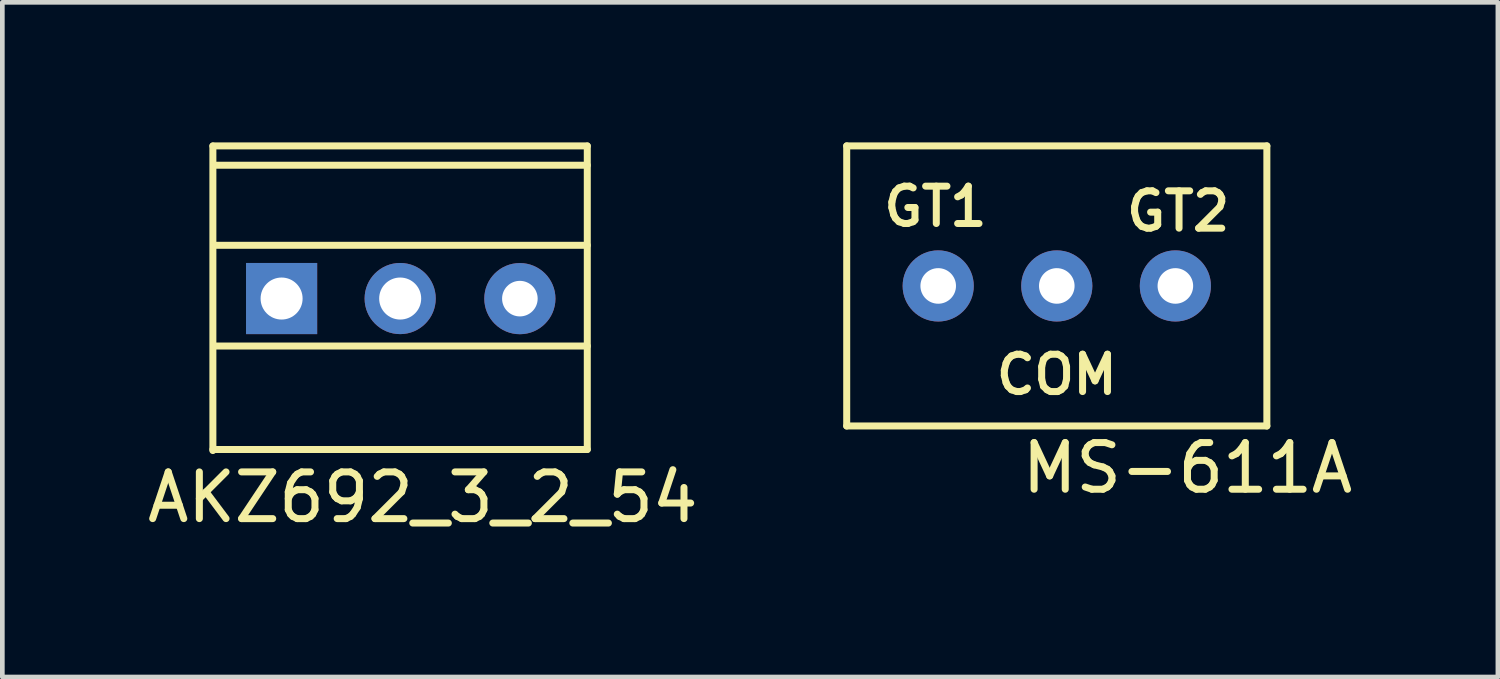
<source format=kicad_pcb>
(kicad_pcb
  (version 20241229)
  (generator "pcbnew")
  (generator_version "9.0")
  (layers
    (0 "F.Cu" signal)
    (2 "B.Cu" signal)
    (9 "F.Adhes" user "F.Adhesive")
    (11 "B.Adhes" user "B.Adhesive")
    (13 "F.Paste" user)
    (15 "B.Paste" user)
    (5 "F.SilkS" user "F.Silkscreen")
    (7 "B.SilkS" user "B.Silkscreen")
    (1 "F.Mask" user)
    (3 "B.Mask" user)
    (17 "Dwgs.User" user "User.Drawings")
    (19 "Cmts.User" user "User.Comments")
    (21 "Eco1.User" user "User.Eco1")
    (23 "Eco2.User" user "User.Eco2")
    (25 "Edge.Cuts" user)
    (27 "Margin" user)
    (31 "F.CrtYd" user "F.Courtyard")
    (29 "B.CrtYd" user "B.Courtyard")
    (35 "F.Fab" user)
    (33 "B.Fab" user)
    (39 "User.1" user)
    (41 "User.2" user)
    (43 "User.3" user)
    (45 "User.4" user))
  (footprint "AKZ692_3_2_54"
    (layer "F.Cu")
    (at 3.006 3.347)
    (property "Reference" "AKZ692_3_2_54" (at 3 4.257 0) (layer "F.SilkS") (effects (font (size 1 1) (thickness 0.15))))
    (attr through_hole)
    (fp_line (start -1.496 -3.272) (end 6.524 -3.272) (stroke (width 0.15) (type solid)) (layer "F.SilkS"))
    (fp_line (start -1.496 3.231) (end 6.524 3.231) (stroke (width 0.15) (type solid)) (layer "F.SilkS"))
    (fp_line (start -1.496 3.254) (end -1.496 -3.269) (stroke (width 0.15) (type solid)) (layer "F.SilkS"))
    (fp_line (start -1.46 -2.857) (end 6.524 -2.857) (stroke (width 0.15) (type solid)) (layer "F.SilkS"))
    (fp_line (start -1.46 -1.143) (end 6.524 -1.143) (stroke (width 0.15) (type solid)) (layer "F.SilkS"))
    (fp_line (start -1.46 1.016) (end 6.524 1.016) (stroke (width 0.15) (type solid)) (layer "F.SilkS"))
    (fp_line (start 6.524 3.231) (end 6.524 -3.269) (stroke (width 0.15) (type solid)) (layer "F.SilkS"))
    (pad "1" thru_hole rect (at -0.024 -0.002) (size 1.524 1.524) (drill 0.9) (layers "*.Cu" "*.Mask"))
    (pad "2" thru_hole circle (at 2.516 -0.002) (size 1.524 1.524) (drill 0.9) (layers "*.Cu" "*.Mask"))
    (pad "3" thru_hole circle (at 5.08 0) (size 1.524 1.524) (drill 0.762) (layers "*.Cu" "*.Mask")))
  (footprint "MS-611A"
    (layer "F.Cu")
    (at 19.587 3.075)
    (property "Reference" "MS-611A" (at 2.8 3.9 0) (layer "F.SilkS") (effects (font (size 1 1) (thickness 0.15))))
    (attr through_hole)
    (fp_line (start -4.5 -3) (end 4.5 -3) (stroke (width 0.15) (type solid)) (layer "F.SilkS"))
    (fp_line (start -4.5 3) (end -4.5 -3) (stroke (width 0.15) (type solid)) (layer "F.SilkS"))
    (fp_line (start -4.5 3) (end 4.5 3) (stroke (width 0.15) (type solid)) (layer "F.SilkS"))
    (fp_line (start 4.5 3) (end 4.5 -3) (stroke (width 0.15) (type solid)) (layer "F.SilkS"))
    (fp_text user "GT1" (at -2.6 -1.7 0) (layer "F.SilkS") (effects (font (size 0.8 0.8) (thickness 0.15))))
    (fp_text user "GT2" (at 2.6 -1.6 0) (layer "F.SilkS") (effects (font (size 0.8 0.8) (thickness 0.15))))
    (fp_text user "COM" (at 0 1.9 0) (layer "F.SilkS") (effects (font (size 0.8 0.8) (thickness 0.15))))
    (pad "1" thru_hole circle (at -2.54 0) (size 1.524 1.524) (drill 0.762) (layers "*.Cu" "*.Mask"))
    (pad "2" thru_hole circle (at 0 0) (size 1.524 1.524) (drill 0.762) (layers "*.Cu" "*.Mask"))
    (pad "3" thru_hole circle (at 2.54 0) (size 1.524 1.524) (drill 0.762) (layers "*.Cu" "*.Mask")))
  (gr_rect
    (start -3 -3)
    (end 29.036 11.452)
    (stroke (width 0.1) (type default))
    (fill no)
    (layer "Edge.Cuts")))
</source>
